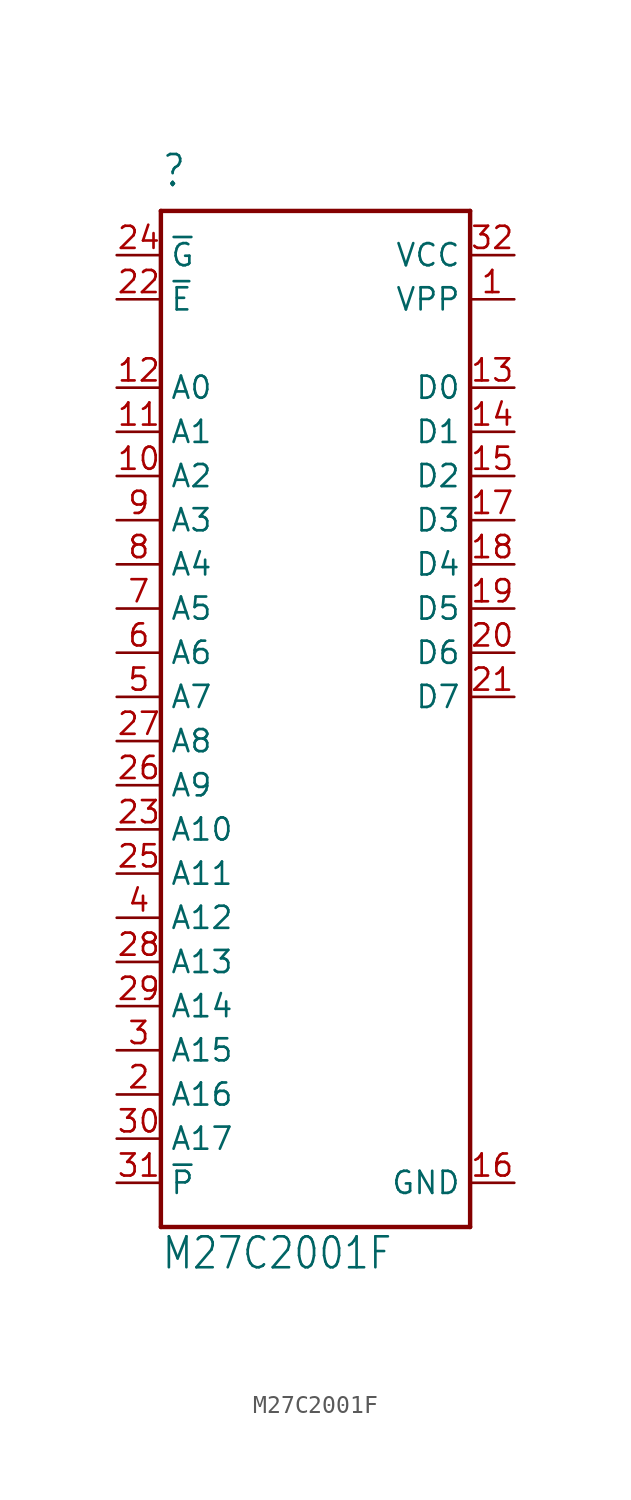
<source format=kicad_sym>
(kicad_symbol_lib
  (version 20211014)
  (generator kicad_symbol_editor)
  (symbol "M27C2001F"
    (property "Reference" ""
      (at -7.62 29.21 0)
      (effects (font (size 1.778 1.511)) (justify left bottom)))
    (property "Value" "M27C2001F"
      (at -7.62 -33.02 0)
      (effects (font (size 1.778 1.511)) (justify left bottom)))
    (property "ki_locked" ""
      (at 0 0 0)
      (effects (font (size 1.27 1.27))))
    (symbol "M27C2001F_1_0"
      (polyline (pts (xy -7.62 -30.48) (xy -7.62 27.94)) (stroke (width 0.254) (type default) (color 0 0 0 0)) (fill (type none)))
      (polyline (pts (xy -7.62 27.94) (xy 10.16 27.94)) (stroke (width 0.254) (type default) (color 0 0 0 0)) (fill (type none)))
      (polyline (pts (xy 10.16 -30.48) (xy -7.62 -30.48)) (stroke (width 0.254) (type default) (color 0 0 0 0)) (fill (type none)))
      (polyline (pts (xy 10.16 27.94) (xy 10.16 -30.48)) (stroke (width 0.254) (type default) (color 0 0 0 0)) (fill (type none)))
      (pin power_in line (at 12.7 22.86 180) (length 2.54) (name "VPP" (effects (font (size 1.27 1.27)))) (number "1" (effects (font (size 1.27 1.27)))))
      (pin input line (at -10.16 12.7 0) (length 2.54) (name "A2" (effects (font (size 1.27 1.27)))) (number "10" (effects (font (size 1.27 1.27)))))
      (pin input line (at -10.16 15.24 0) (length 2.54) (name "A1" (effects (font (size 1.27 1.27)))) (number "11" (effects (font (size 1.27 1.27)))))
      (pin input line (at -10.16 17.78 0) (length 2.54) (name "A0" (effects (font (size 1.27 1.27)))) (number "12" (effects (font (size 1.27 1.27)))))
      (pin tri_state line (at 12.7 17.78 180) (length 2.54) (name "D0" (effects (font (size 1.27 1.27)))) (number "13" (effects (font (size 1.27 1.27)))))
      (pin tri_state line (at 12.7 15.24 180) (length 2.54) (name "D1" (effects (font (size 1.27 1.27)))) (number "14" (effects (font (size 1.27 1.27)))))
      (pin tri_state line (at 12.7 12.7 180) (length 2.54) (name "D2" (effects (font (size 1.27 1.27)))) (number "15" (effects (font (size 1.27 1.27)))))
      (pin power_in line (at 12.7 -27.94 180) (length 2.54) (name "GND" (effects (font (size 1.27 1.27)))) (number "16" (effects (font (size 1.27 1.27)))))
      (pin tri_state line (at 12.7 10.16 180) (length 2.54) (name "D3" (effects (font (size 1.27 1.27)))) (number "17" (effects (font (size 1.27 1.27)))))
      (pin tri_state line (at 12.7 7.62 180) (length 2.54) (name "D4" (effects (font (size 1.27 1.27)))) (number "18" (effects (font (size 1.27 1.27)))))
      (pin tri_state line (at 12.7 5.08 180) (length 2.54) (name "D5" (effects (font (size 1.27 1.27)))) (number "19" (effects (font (size 1.27 1.27)))))
      (pin input line (at -10.16 -22.86 0) (length 2.54) (name "A16" (effects (font (size 1.27 1.27)))) (number "2" (effects (font (size 1.27 1.27)))))
      (pin tri_state line (at 12.7 2.54 180) (length 2.54) (name "D6" (effects (font (size 1.27 1.27)))) (number "20" (effects (font (size 1.27 1.27)))))
      (pin tri_state line (at 12.7 0 180) (length 2.54) (name "D7" (effects (font (size 1.27 1.27)))) (number "21" (effects (font (size 1.27 1.27)))))
      (pin input line (at -10.16 22.86 0) (length 2.54) (name "~{E}" (effects (font (size 1.27 1.27)))) (number "22" (effects (font (size 1.27 1.27)))))
      (pin input line (at -10.16 -7.62 0) (length 2.54) (name "A10" (effects (font (size 1.27 1.27)))) (number "23" (effects (font (size 1.27 1.27)))))
      (pin input line (at -10.16 25.4 0) (length 2.54) (name "~{G}" (effects (font (size 1.27 1.27)))) (number "24" (effects (font (size 1.27 1.27)))))
      (pin input line (at -10.16 -10.16 0) (length 2.54) (name "A11" (effects (font (size 1.27 1.27)))) (number "25" (effects (font (size 1.27 1.27)))))
      (pin input line (at -10.16 -5.08 0) (length 2.54) (name "A9" (effects (font (size 1.27 1.27)))) (number "26" (effects (font (size 1.27 1.27)))))
      (pin input line (at -10.16 -2.54 0) (length 2.54) (name "A8" (effects (font (size 1.27 1.27)))) (number "27" (effects (font (size 1.27 1.27)))))
      (pin input line (at -10.16 -15.24 0) (length 2.54) (name "A13" (effects (font (size 1.27 1.27)))) (number "28" (effects (font (size 1.27 1.27)))))
      (pin input line (at -10.16 -17.78 0) (length 2.54) (name "A14" (effects (font (size 1.27 1.27)))) (number "29" (effects (font (size 1.27 1.27)))))
      (pin input line (at -10.16 -20.32 0) (length 2.54) (name "A15" (effects (font (size 1.27 1.27)))) (number "3" (effects (font (size 1.27 1.27)))))
      (pin input line (at -10.16 -25.4 0) (length 2.54) (name "A17" (effects (font (size 1.27 1.27)))) (number "30" (effects (font (size 1.27 1.27)))))
      (pin input line (at -10.16 -27.94 0) (length 2.54) (name "~{P}" (effects (font (size 1.27 1.27)))) (number "31" (effects (font (size 1.27 1.27)))))
      (pin power_in line (at 12.7 25.4 180) (length 2.54) (name "VCC" (effects (font (size 1.27 1.27)))) (number "32" (effects (font (size 1.27 1.27)))))
      (pin input line (at -10.16 -12.7 0) (length 2.54) (name "A12" (effects (font (size 1.27 1.27)))) (number "4" (effects (font (size 1.27 1.27)))))
      (pin input line (at -10.16 0 0) (length 2.54) (name "A7" (effects (font (size 1.27 1.27)))) (number "5" (effects (font (size 1.27 1.27)))))
      (pin input line (at -10.16 2.54 0) (length 2.54) (name "A6" (effects (font (size 1.27 1.27)))) (number "6" (effects (font (size 1.27 1.27)))))
      (pin input line (at -10.16 5.08 0) (length 2.54) (name "A5" (effects (font (size 1.27 1.27)))) (number "7" (effects (font (size 1.27 1.27)))))
      (pin input line (at -10.16 7.62 0) (length 2.54) (name "A4" (effects (font (size 1.27 1.27)))) (number "8" (effects (font (size 1.27 1.27)))))
      (pin input line (at -10.16 10.16 0) (length 2.54) (name "A3" (effects (font (size 1.27 1.27)))) (number "9" (effects (font (size 1.27 1.27))))))))
</source>
